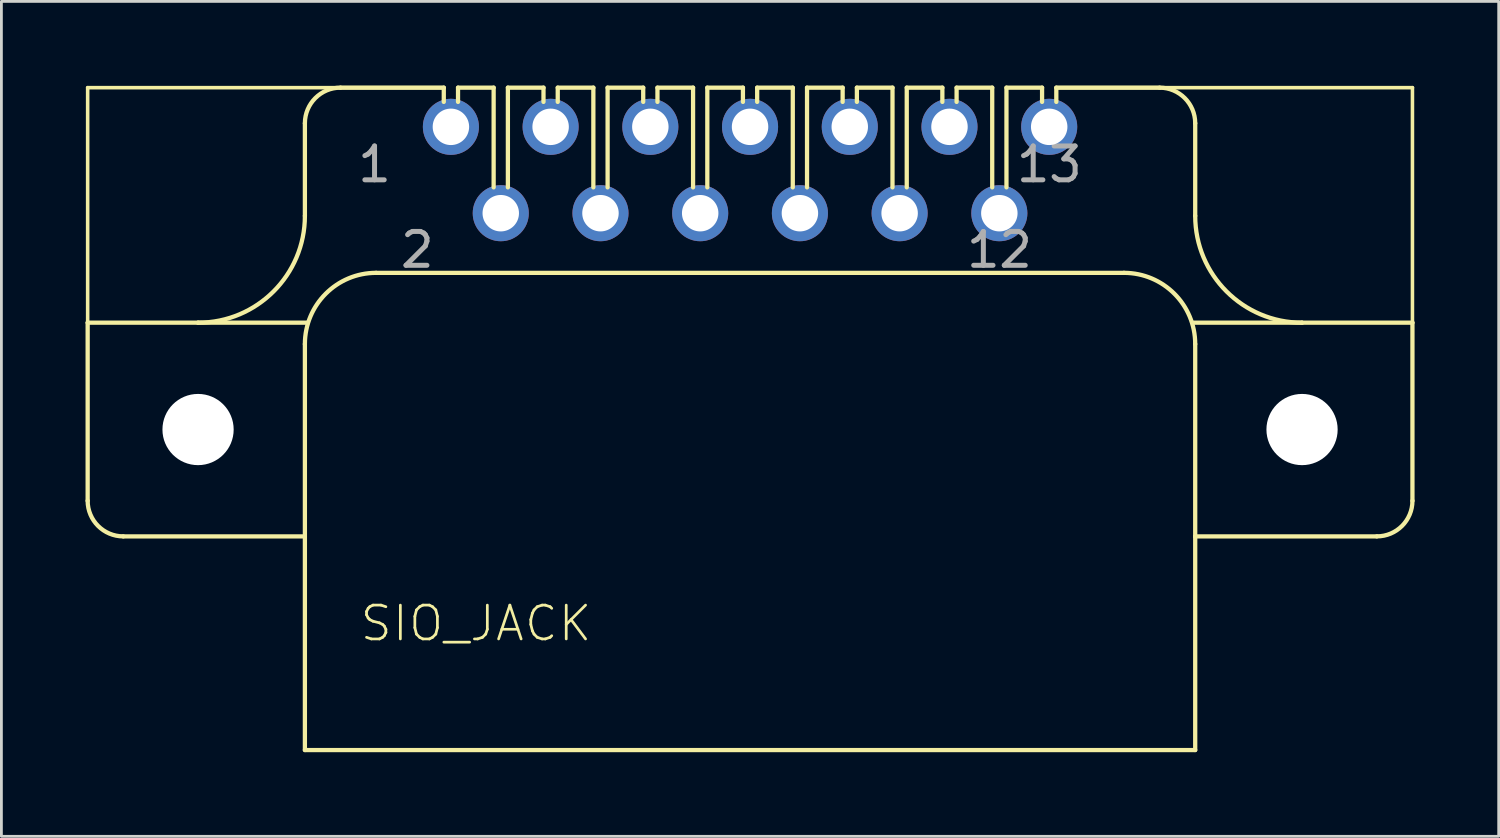
<source format=kicad_pcb>
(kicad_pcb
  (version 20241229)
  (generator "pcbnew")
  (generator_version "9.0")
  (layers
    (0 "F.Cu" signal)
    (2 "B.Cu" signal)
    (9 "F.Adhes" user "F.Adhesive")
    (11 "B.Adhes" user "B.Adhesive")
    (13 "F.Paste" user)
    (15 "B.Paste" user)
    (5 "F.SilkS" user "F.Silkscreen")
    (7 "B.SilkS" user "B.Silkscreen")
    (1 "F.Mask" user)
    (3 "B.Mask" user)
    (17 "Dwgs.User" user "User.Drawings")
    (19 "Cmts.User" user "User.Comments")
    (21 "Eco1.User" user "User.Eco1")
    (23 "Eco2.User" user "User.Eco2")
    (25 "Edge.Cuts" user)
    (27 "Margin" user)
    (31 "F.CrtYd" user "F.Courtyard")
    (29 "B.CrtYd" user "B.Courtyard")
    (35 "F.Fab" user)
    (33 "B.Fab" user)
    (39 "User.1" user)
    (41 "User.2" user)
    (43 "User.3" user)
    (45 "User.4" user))
  (footprint "SIO_JACK"
    (layer "F.Cu")
    (at 24.968 12.268)
    (property "Reference" "SIO_JACK" (at -15.24 7.62 180) (layer "F.SilkS") (effects (font (size 1.206 1.206) (thickness 0.097)) (justify left bottom)))
    (attr through_hole)
    (fp_line (start -24.892 -12.192) (end -12.192 -12.192) (stroke (width 0.127) (type solid)) (layer "F.SilkS"))
    (fp_line (start -24.892 -3.81) (end -24.892 -12.192) (stroke (width 0.127) (type solid)) (layer "F.SilkS"))
    (fp_line (start -24.892 -3.81) (end -20.955 -3.81) (stroke (width 0.152) (type solid)) (layer "F.SilkS"))
    (fp_line (start -24.892 2.54) (end -24.892 -3.81) (stroke (width 0.152) (type solid)) (layer "F.SilkS"))
    (fp_line (start -20.955 -3.81) (end -17.043 -3.81) (stroke (width 0.152) (type solid)) (layer "F.SilkS"))
    (fp_line (start -17.145 -10.922) (end -17.145 -7.62) (stroke (width 0.152) (type solid)) (layer "F.SilkS"))
    (fp_line (start -17.145 3.81) (end -23.622 3.81) (stroke (width 0.152) (type solid)) (layer "F.SilkS"))
    (fp_line (start -17.145 3.81) (end -17.145 -3.048) (stroke (width 0.152) (type solid)) (layer "F.SilkS"))
    (fp_line (start -17.145 11.43) (end -17.145 3.81) (stroke (width 0.152) (type solid)) (layer "F.SilkS"))
    (fp_line (start -15.875 -12.192) (end -12.192 -12.192) (stroke (width 0.152) (type solid)) (layer "F.SilkS"))
    (fp_line (start -12.192 -12.192) (end -12.192 -11.684) (stroke (width 0.152) (type solid)) (layer "F.SilkS"))
    (fp_line (start -11.684 -12.192) (end -11.684 -11.684) (stroke (width 0.152) (type solid)) (layer "F.SilkS"))
    (fp_line (start -11.684 -12.192) (end -10.414 -12.192) (stroke (width 0.152) (type solid)) (layer "F.SilkS"))
    (fp_line (start -10.414 -8.636) (end -10.414 -12.192) (stroke (width 0.152) (type solid)) (layer "F.SilkS"))
    (fp_line (start -9.906 -12.192) (end -8.636 -12.192) (stroke (width 0.152) (type solid)) (layer "F.SilkS"))
    (fp_line (start -9.906 -8.636) (end -9.906 -12.192) (stroke (width 0.152) (type solid)) (layer "F.SilkS"))
    (fp_line (start -8.636 -11.684) (end -8.636 -12.192) (stroke (width 0.152) (type solid)) (layer "F.SilkS"))
    (fp_line (start -8.128 -12.192) (end -6.858 -12.192) (stroke (width 0.152) (type solid)) (layer "F.SilkS"))
    (fp_line (start -8.128 -11.684) (end -8.128 -12.192) (stroke (width 0.152) (type solid)) (layer "F.SilkS"))
    (fp_line (start -6.858 -8.636) (end -6.858 -12.192) (stroke (width 0.152) (type solid)) (layer "F.SilkS"))
    (fp_line (start -6.35 -12.192) (end -5.08 -12.192) (stroke (width 0.152) (type solid)) (layer "F.SilkS"))
    (fp_line (start -6.35 -8.636) (end -6.35 -12.192) (stroke (width 0.152) (type solid)) (layer "F.SilkS"))
    (fp_line (start -5.08 -11.684) (end -5.08 -12.192) (stroke (width 0.152) (type solid)) (layer "F.SilkS"))
    (fp_line (start -4.572 -12.192) (end -3.302 -12.192) (stroke (width 0.152) (type solid)) (layer "F.SilkS"))
    (fp_line (start -4.572 -11.684) (end -4.572 -12.192) (stroke (width 0.152) (type solid)) (layer "F.SilkS"))
    (fp_line (start -3.302 -8.636) (end -3.302 -12.192) (stroke (width 0.152) (type solid)) (layer "F.SilkS"))
    (fp_line (start -2.794 -12.192) (end -1.524 -12.192) (stroke (width 0.152) (type solid)) (layer "F.SilkS"))
    (fp_line (start -2.794 -8.636) (end -2.794 -12.192) (stroke (width 0.152) (type solid)) (layer "F.SilkS"))
    (fp_line (start -1.524 -11.684) (end -1.524 -12.192) (stroke (width 0.152) (type solid)) (layer "F.SilkS"))
    (fp_line (start -1.016 -12.192) (end 0.254 -12.192) (stroke (width 0.152) (type solid)) (layer "F.SilkS"))
    (fp_line (start -1.016 -11.684) (end -1.016 -12.192) (stroke (width 0.152) (type solid)) (layer "F.SilkS"))
    (fp_line (start 0.254 -8.636) (end 0.254 -12.192) (stroke (width 0.152) (type solid)) (layer "F.SilkS"))
    (fp_line (start 0.762 -12.192) (end 2.032 -12.192) (stroke (width 0.152) (type solid)) (layer "F.SilkS"))
    (fp_line (start 0.762 -8.636) (end 0.762 -12.192) (stroke (width 0.152) (type solid)) (layer "F.SilkS"))
    (fp_line (start 2.032 -11.684) (end 2.032 -12.192) (stroke (width 0.152) (type solid)) (layer "F.SilkS"))
    (fp_line (start 2.54 -12.192) (end 3.81 -12.192) (stroke (width 0.152) (type solid)) (layer "F.SilkS"))
    (fp_line (start 2.54 -11.684) (end 2.54 -12.192) (stroke (width 0.152) (type solid)) (layer "F.SilkS"))
    (fp_line (start 3.81 -8.636) (end 3.81 -12.192) (stroke (width 0.152) (type solid)) (layer "F.SilkS"))
    (fp_line (start 4.318 -12.192) (end 5.588 -12.192) (stroke (width 0.152) (type solid)) (layer "F.SilkS"))
    (fp_line (start 4.318 -8.636) (end 4.318 -12.192) (stroke (width 0.152) (type solid)) (layer "F.SilkS"))
    (fp_line (start 5.588 -11.684) (end 5.588 -12.192) (stroke (width 0.152) (type solid)) (layer "F.SilkS"))
    (fp_line (start 6.096 -12.192) (end 7.366 -12.192) (stroke (width 0.152) (type solid)) (layer "F.SilkS"))
    (fp_line (start 6.096 -11.684) (end 6.096 -12.192) (stroke (width 0.152) (type solid)) (layer "F.SilkS"))
    (fp_line (start 7.366 -8.636) (end 7.366 -12.192) (stroke (width 0.152) (type solid)) (layer "F.SilkS"))
    (fp_line (start 7.874 -12.192) (end 9.144 -12.192) (stroke (width 0.152) (type solid)) (layer "F.SilkS"))
    (fp_line (start 7.874 -8.636) (end 7.874 -12.192) (stroke (width 0.152) (type solid)) (layer "F.SilkS"))
    (fp_line (start 9.144 -11.684) (end 9.144 -12.192) (stroke (width 0.152) (type solid)) (layer "F.SilkS"))
    (fp_line (start 9.652 -12.192) (end 13.335 -12.192) (stroke (width 0.152) (type solid)) (layer "F.SilkS"))
    (fp_line (start 9.652 -11.684) (end 9.652 -12.192) (stroke (width 0.152) (type solid)) (layer "F.SilkS"))
    (fp_line (start 12.065 -5.588) (end -14.605 -5.588) (stroke (width 0.152) (type solid)) (layer "F.SilkS"))
    (fp_line (start 14.503 -3.81) (end 18.415 -3.81) (stroke (width 0.152) (type solid)) (layer "F.SilkS"))
    (fp_line (start 14.605 -10.922) (end 14.605 -7.62) (stroke (width 0.152) (type solid)) (layer "F.SilkS"))
    (fp_line (start 14.605 3.81) (end 14.605 -3.048) (stroke (width 0.152) (type solid)) (layer "F.SilkS"))
    (fp_line (start 14.605 3.81) (end 14.605 11.43) (stroke (width 0.152) (type solid)) (layer "F.SilkS"))
    (fp_line (start 14.605 3.81) (end 21.082 3.81) (stroke (width 0.152) (type solid)) (layer "F.SilkS"))
    (fp_line (start 14.605 11.43) (end -17.145 11.43) (stroke (width 0.152) (type solid)) (layer "F.SilkS"))
    (fp_line (start 18.415 -3.81) (end 22.352 -3.81) (stroke (width 0.152) (type solid)) (layer "F.SilkS"))
    (fp_line (start 22.352 -12.192) (end 9.652 -12.192) (stroke (width 0.127) (type solid)) (layer "F.SilkS"))
    (fp_line (start 22.352 -3.81) (end 22.352 -12.192) (stroke (width 0.127) (type solid)) (layer "F.SilkS"))
    (fp_line (start 22.352 2.54) (end 22.352 -3.81) (stroke (width 0.152) (type solid)) (layer "F.SilkS"))
    (fp_arc (start -23.622 3.81) (mid -24.520026 3.438026) (end -24.892 2.54) (stroke (width 0.1524) (type solid)) (layer "F.SilkS"))
    (fp_arc (start -17.145 -10.922) (mid -16.773026 -11.820026) (end -15.875 -12.192) (stroke (width 0.1524) (type solid)) (layer "F.SilkS"))
    (fp_arc (start -17.145 -7.62) (mid -18.260923 -4.925923) (end -20.955 -3.81) (stroke (width 0.1524) (type solid)) (layer "F.SilkS"))
    (fp_arc (start -17.145 -3.048) (mid -16.401051 -4.844051) (end -14.605 -5.588) (stroke (width 0.1524) (type solid)) (layer "F.SilkS"))
    (fp_arc (start 12.065 -5.588) (mid 13.861051 -4.844051) (end 14.605 -3.048) (stroke (width 0.1524) (type solid)) (layer "F.SilkS"))
    (fp_arc (start 13.335 -12.192) (mid 14.233026 -11.820026) (end 14.605 -10.922) (stroke (width 0.1524) (type solid)) (layer "F.SilkS"))
    (fp_arc (start 18.415 -3.81) (mid 15.720923 -4.925923) (end 14.605 -7.62) (stroke (width 0.1524) (type solid)) (layer "F.SilkS"))
    (fp_arc (start 22.352 2.54) (mid 21.980026 3.438026) (end 21.082 3.81) (stroke (width 0.1524) (type solid)) (layer "F.SilkS"))
    (fp_text user "13" (at 10.668 -10.16 180) (layer "F.Fab") (effects (font (size 1.206 1.206) (thickness 0.178)) (justify right top)))
    (fp_text user "12" (at 8.89 -7.112 180) (layer "F.Fab") (effects (font (size 1.206 1.206) (thickness 0.178)) (justify right top)))
    (fp_text user "2" (at -12.446 -7.112 180) (layer "F.Fab") (effects (font (size 1.206 1.206) (thickness 0.178)) (justify right top)))
    (fp_text user "1" (at -13.97 -10.16 180) (layer "F.Fab") (effects (font (size 1.206 1.206) (thickness 0.178)) (justify right top)))
    (pad "" np_thru_hole circle (at -20.955 0) (size 2.54 2.54) (drill 2.54) (layers "*.Cu" "*.Mask"))
    (pad "" np_thru_hole circle (at 18.415 0) (size 2.54 2.54) (drill 2.54) (layers "*.Cu" "*.Mask"))
    (pad "1" thru_hole circle (at -11.938 -10.795) (size 2 2) (drill 1.3) (layers "*.Cu" "*.Mask"))
    (pad "2" thru_hole circle (at -10.16 -7.715) (size 2 2) (drill 1.3) (layers "*.Cu" "*.Mask"))
    (pad "3" thru_hole circle (at -8.382 -10.795) (size 2 2) (drill 1.3) (layers "*.Cu" "*.Mask"))
    (pad "4" thru_hole circle (at -6.604 -7.715) (size 2 2) (drill 1.3) (layers "*.Cu" "*.Mask"))
    (pad "5" thru_hole circle (at -4.826 -10.795) (size 2 2) (drill 1.3) (layers "*.Cu" "*.Mask"))
    (pad "6" thru_hole circle (at -3.048 -7.715) (size 2 2) (drill 1.3) (layers "*.Cu" "*.Mask"))
    (pad "7" thru_hole circle (at -1.27 -10.795) (size 2 2) (drill 1.3) (layers "*.Cu" "*.Mask"))
    (pad "8" thru_hole circle (at 0.508 -7.715) (size 2 2) (drill 1.3) (layers "*.Cu" "*.Mask"))
    (pad "9" thru_hole circle (at 2.286 -10.795) (size 2 2) (drill 1.3) (layers "*.Cu" "*.Mask"))
    (pad "10" thru_hole circle (at 4.064 -7.715) (size 2 2) (drill 1.3) (layers "*.Cu" "*.Mask"))
    (pad "11" thru_hole circle (at 5.842 -10.795) (size 2 2) (drill 1.3) (layers "*.Cu" "*.Mask"))
    (pad "12" thru_hole circle (at 7.62 -7.715) (size 2 2) (drill 1.3) (layers "*.Cu" "*.Mask"))
    (pad "13" thru_hole circle (at 9.398 -10.795) (size 2 2) (drill 1.3) (layers "*.Cu" "*.Mask")))
  (gr_rect
    (start -3 -3)
    (end 50.396 26.774)
    (stroke (width 0.1) (type default))
    (fill no)
    (layer "Edge.Cuts")))
</source>
